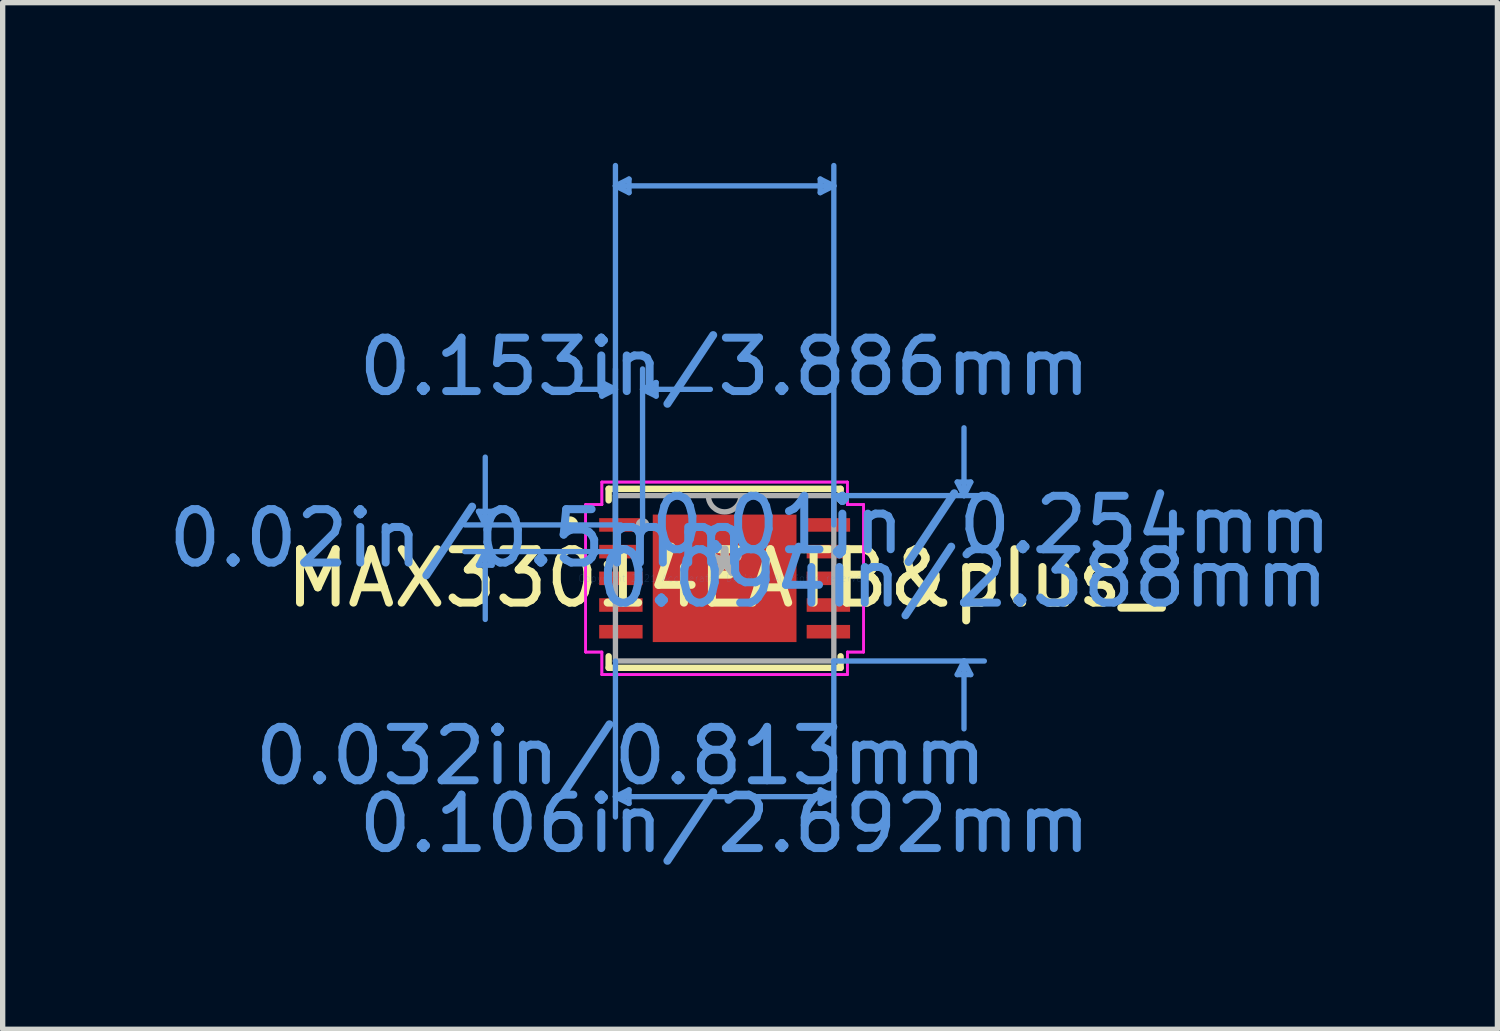
<source format=kicad_pcb>
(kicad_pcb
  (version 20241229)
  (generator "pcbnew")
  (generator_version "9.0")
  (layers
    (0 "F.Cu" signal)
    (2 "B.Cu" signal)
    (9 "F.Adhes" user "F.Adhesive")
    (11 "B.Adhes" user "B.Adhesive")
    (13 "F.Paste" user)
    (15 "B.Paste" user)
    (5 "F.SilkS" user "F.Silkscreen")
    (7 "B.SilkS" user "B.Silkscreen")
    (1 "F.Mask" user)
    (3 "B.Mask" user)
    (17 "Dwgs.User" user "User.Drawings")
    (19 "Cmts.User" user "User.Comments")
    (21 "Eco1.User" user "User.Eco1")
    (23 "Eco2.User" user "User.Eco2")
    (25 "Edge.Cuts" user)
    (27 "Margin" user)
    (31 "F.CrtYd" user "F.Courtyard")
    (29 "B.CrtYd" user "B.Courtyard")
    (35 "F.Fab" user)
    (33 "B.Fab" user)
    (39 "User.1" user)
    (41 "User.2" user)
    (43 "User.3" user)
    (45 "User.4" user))
  (footprint "MAX33014EATB&plus_"
    (layer "F.Cu")
    (at 10.521 7.781)
    (property "Reference" "MAX33014EATB&plus_" (at 0 0 0) (layer "F.SilkS") (effects (font (size 1 1) (thickness 0.15))))
    (attr through_hole)
    (fp_line (start -2.172 -1.676) (end -2.172 -1.46) (stroke (width 0.12) (type solid)) (layer "F.SilkS"))
    (fp_line (start -2.172 1.46) (end -2.172 1.676) (stroke (width 0.12) (type solid)) (layer "F.SilkS"))
    (fp_line (start -2.172 1.676) (end 2.172 1.676) (stroke (width 0.12) (type solid)) (layer "F.SilkS"))
    (fp_line (start 2.172 -1.676) (end -2.172 -1.676) (stroke (width 0.12) (type solid)) (layer "F.SilkS"))
    (fp_line (start 2.172 -1.46) (end 2.172 -1.676) (stroke (width 0.12) (type solid)) (layer "F.SilkS"))
    (fp_line (start 2.172 1.676) (end 2.172 1.46) (stroke (width 0.12) (type solid)) (layer "F.SilkS"))
    (fp_circle (center -2.9 -1) (end -2.799 -1) (stroke (width 0.12) (type solid)) (fill no) (layer "F.SilkS"))
    (fp_line (start -4.61 -1.254) (end -4.356 -1.254) (stroke (width 0.1) (type solid)) (layer "Cmts.User"))
    (fp_line (start -4.61 -0.246) (end -4.356 -0.246) (stroke (width 0.1) (type solid)) (layer "Cmts.User"))
    (fp_line (start -4.483 -1) (end -4.61 -1.254) (stroke (width 0.1) (type solid)) (layer "Cmts.User"))
    (fp_line (start -4.483 -1) (end -4.483 -2.27) (stroke (width 0.1) (type solid)) (layer "Cmts.User"))
    (fp_line (start -4.483 -1) (end -4.356 -1.254) (stroke (width 0.1) (type solid)) (layer "Cmts.User"))
    (fp_line (start -4.483 -0.5) (end -4.61 -0.246) (stroke (width 0.1) (type solid)) (layer "Cmts.User"))
    (fp_line (start -4.483 -0.5) (end -4.483 0.77) (stroke (width 0.1) (type solid)) (layer "Cmts.User"))
    (fp_line (start -4.483 -0.5) (end -4.356 -0.246) (stroke (width 0.1) (type solid)) (layer "Cmts.User"))
    (fp_line (start -2.299 -3.667) (end -2.299 -3.413) (stroke (width 0.1) (type solid)) (layer "Cmts.User"))
    (fp_line (start -2.045 -7.35) (end -1.791 -7.477) (stroke (width 0.1) (type solid)) (layer "Cmts.User"))
    (fp_line (start -2.045 -7.35) (end -1.791 -7.223) (stroke (width 0.1) (type solid)) (layer "Cmts.User"))
    (fp_line (start -2.045 -7.35) (end 2.045 -7.35) (stroke (width 0.1) (type solid)) (layer "Cmts.User"))
    (fp_line (start -2.045 -3.54) (end -3.315 -3.54) (stroke (width 0.1) (type solid)) (layer "Cmts.User"))
    (fp_line (start -2.045 -3.54) (end -2.299 -3.667) (stroke (width 0.1) (type solid)) (layer "Cmts.User"))
    (fp_line (start -2.045 -3.54) (end -2.299 -3.413) (stroke (width 0.1) (type solid)) (layer "Cmts.User"))
    (fp_line (start -2.045 -1) (end -2.045 -7.731) (stroke (width 0.1) (type solid)) (layer "Cmts.User"))
    (fp_line (start -2.045 -1) (end -2.045 -3.921) (stroke (width 0.1) (type solid)) (layer "Cmts.User"))
    (fp_line (start -2.045 1.549) (end -2.045 4.47) (stroke (width 0.1) (type solid)) (layer "Cmts.User"))
    (fp_line (start -2.045 4.089) (end -1.791 3.962) (stroke (width 0.1) (type solid)) (layer "Cmts.User"))
    (fp_line (start -2.045 4.089) (end -1.791 4.216) (stroke (width 0.1) (type solid)) (layer "Cmts.User"))
    (fp_line (start -2.045 4.089) (end 2.045 4.089) (stroke (width 0.1) (type solid)) (layer "Cmts.User"))
    (fp_line (start -1.943 -1) (end -4.864 -1) (stroke (width 0.1) (type solid)) (layer "Cmts.User"))
    (fp_line (start -1.943 -0.5) (end -4.864 -0.5) (stroke (width 0.1) (type solid)) (layer "Cmts.User"))
    (fp_line (start -1.791 -7.477) (end -1.791 -7.223) (stroke (width 0.1) (type solid)) (layer "Cmts.User"))
    (fp_line (start -1.791 3.962) (end -1.791 4.216) (stroke (width 0.1) (type solid)) (layer "Cmts.User"))
    (fp_line (start -1.537 -3.54) (end -1.283 -3.667) (stroke (width 0.1) (type solid)) (layer "Cmts.User"))
    (fp_line (start -1.537 -3.54) (end -1.283 -3.413) (stroke (width 0.1) (type solid)) (layer "Cmts.User"))
    (fp_line (start -1.537 -3.54) (end -0.267 -3.54) (stroke (width 0.1) (type solid)) (layer "Cmts.User"))
    (fp_line (start -1.537 -1) (end -1.537 -3.921) (stroke (width 0.1) (type solid)) (layer "Cmts.User"))
    (fp_line (start -1.283 -3.667) (end -1.283 -3.413) (stroke (width 0.1) (type solid)) (layer "Cmts.User"))
    (fp_line (start 1.791 -7.477) (end 1.791 -7.223) (stroke (width 0.1) (type solid)) (layer "Cmts.User"))
    (fp_line (start 1.791 3.962) (end 1.791 4.216) (stroke (width 0.1) (type solid)) (layer "Cmts.User"))
    (fp_line (start 2.045 -7.35) (end 1.791 -7.477) (stroke (width 0.1) (type solid)) (layer "Cmts.User"))
    (fp_line (start 2.045 -7.35) (end 1.791 -7.223) (stroke (width 0.1) (type solid)) (layer "Cmts.User"))
    (fp_line (start 2.045 -1.549) (end 4.864 -1.549) (stroke (width 0.1) (type solid)) (layer "Cmts.User"))
    (fp_line (start 2.045 -1) (end 2.045 -7.731) (stroke (width 0.1) (type solid)) (layer "Cmts.User"))
    (fp_line (start 2.045 1.549) (end 2.045 4.47) (stroke (width 0.1) (type solid)) (layer "Cmts.User"))
    (fp_line (start 2.045 1.549) (end 4.864 1.549) (stroke (width 0.1) (type solid)) (layer "Cmts.User"))
    (fp_line (start 2.045 4.089) (end 1.791 3.962) (stroke (width 0.1) (type solid)) (layer "Cmts.User"))
    (fp_line (start 2.045 4.089) (end 1.791 4.216) (stroke (width 0.1) (type solid)) (layer "Cmts.User"))
    (fp_line (start 4.356 -1.803) (end 4.61 -1.803) (stroke (width 0.1) (type solid)) (layer "Cmts.User"))
    (fp_line (start 4.356 1.803) (end 4.61 1.803) (stroke (width 0.1) (type solid)) (layer "Cmts.User"))
    (fp_line (start 4.483 -1.549) (end 4.356 -1.803) (stroke (width 0.1) (type solid)) (layer "Cmts.User"))
    (fp_line (start 4.483 -1.549) (end 4.483 -2.819) (stroke (width 0.1) (type solid)) (layer "Cmts.User"))
    (fp_line (start 4.483 -1.549) (end 4.61 -1.803) (stroke (width 0.1) (type solid)) (layer "Cmts.User"))
    (fp_line (start 4.483 1.549) (end 4.356 1.803) (stroke (width 0.1) (type solid)) (layer "Cmts.User"))
    (fp_line (start 4.483 1.549) (end 4.483 2.819) (stroke (width 0.1) (type solid)) (layer "Cmts.User"))
    (fp_line (start 4.483 1.549) (end 4.61 1.803) (stroke (width 0.1) (type solid)) (layer "Cmts.User"))
    (fp_line (start -2.603 -1.381) (end -2.299 -1.381) (stroke (width 0.05) (type solid)) (layer "F.CrtYd"))
    (fp_line (start -2.603 -1.381) (end -2.299 -1.381) (stroke (width 0.05) (type solid)) (layer "F.CrtYd"))
    (fp_line (start -2.603 1.381) (end -2.603 -1.381) (stroke (width 0.05) (type solid)) (layer "F.CrtYd"))
    (fp_line (start -2.603 1.381) (end -2.603 -1.381) (stroke (width 0.05) (type solid)) (layer "F.CrtYd"))
    (fp_line (start -2.603 1.381) (end -2.299 1.381) (stroke (width 0.05) (type solid)) (layer "F.CrtYd"))
    (fp_line (start -2.299 -1.803) (end 2.299 -1.803) (stroke (width 0.05) (type solid)) (layer "F.CrtYd"))
    (fp_line (start -2.299 -1.803) (end 2.299 -1.803) (stroke (width 0.05) (type solid)) (layer "F.CrtYd"))
    (fp_line (start -2.299 -1.381) (end -2.299 -1.803) (stroke (width 0.05) (type solid)) (layer "F.CrtYd"))
    (fp_line (start -2.299 -1.381) (end -2.299 -1.803) (stroke (width 0.05) (type solid)) (layer "F.CrtYd"))
    (fp_line (start -2.299 1.381) (end -2.603 1.381) (stroke (width 0.05) (type solid)) (layer "F.CrtYd"))
    (fp_line (start -2.299 1.803) (end -2.299 1.381) (stroke (width 0.05) (type solid)) (layer "F.CrtYd"))
    (fp_line (start -2.299 1.803) (end -2.299 1.381) (stroke (width 0.05) (type solid)) (layer "F.CrtYd"))
    (fp_line (start 2.299 -1.803) (end 2.299 -1.381) (stroke (width 0.05) (type solid)) (layer "F.CrtYd"))
    (fp_line (start 2.299 -1.803) (end 2.299 -1.381) (stroke (width 0.05) (type solid)) (layer "F.CrtYd"))
    (fp_line (start 2.299 -1.381) (end 2.603 -1.381) (stroke (width 0.05) (type solid)) (layer "F.CrtYd"))
    (fp_line (start 2.299 1.381) (end 2.299 1.803) (stroke (width 0.05) (type solid)) (layer "F.CrtYd"))
    (fp_line (start 2.299 1.381) (end 2.299 1.803) (stroke (width 0.05) (type solid)) (layer "F.CrtYd"))
    (fp_line (start 2.299 1.803) (end -2.299 1.803) (stroke (width 0.05) (type solid)) (layer "F.CrtYd"))
    (fp_line (start 2.299 1.803) (end -2.299 1.803) (stroke (width 0.05) (type solid)) (layer "F.CrtYd"))
    (fp_line (start 2.603 -1.381) (end 2.299 -1.381) (stroke (width 0.05) (type solid)) (layer "F.CrtYd"))
    (fp_line (start 2.603 -1.381) (end 2.603 1.381) (stroke (width 0.05) (type solid)) (layer "F.CrtYd"))
    (fp_line (start 2.603 -1.381) (end 2.603 1.381) (stroke (width 0.05) (type solid)) (layer "F.CrtYd"))
    (fp_line (start 2.603 1.381) (end 2.299 1.381) (stroke (width 0.05) (type solid)) (layer "F.CrtYd"))
    (fp_line (start 2.603 1.381) (end 2.299 1.381) (stroke (width 0.05) (type solid)) (layer "F.CrtYd"))
    (fp_line (start -2.045 -1.549) (end -2.045 1.549) (stroke (width 0.1) (type solid)) (layer "F.Fab"))
    (fp_line (start -2.045 1.549) (end 2.045 1.549) (stroke (width 0.1) (type solid)) (layer "F.Fab"))
    (fp_line (start 2.045 -1.549) (end -2.045 -1.549) (stroke (width 0.1) (type solid)) (layer "F.Fab"))
    (fp_line (start 2.045 1.549) (end 2.045 -1.549) (stroke (width 0.1) (type solid)) (layer "F.Fab"))
    (fp_arc (start 0.3048 -1.5494) (mid 0 -1.2446) (end -0.3048 -1.5494) (stroke (width 0.1) (type solid)) (layer "F.Fab"))
    (fp_circle (center -1.537 -1) (end -1.46 -1) (stroke (width 0.1) (type solid)) (fill no) (layer "F.Fab"))
    (fp_text user "*" (at 0 0 0) (layer "F.SilkS") (effects (font (size 1 1) (thickness 0.15))))
    (fp_text user "0.094in/2.388mm" (at 4.458 0 0) (layer "Cmts.User") (effects (font (size 1 1) (thickness 0.15))))
    (fp_text user "Copyright 2021 Accelerated Designs. All rights reserved." (at 0 0 0) (layer "Cmts.User") (effects (font (size 0.127 0.127) (thickness 0.002))))
    (fp_text user "0.02in/0.5mm" (at -4.991 -0.75 0) (layer "Cmts.User") (effects (font (size 1 1) (thickness 0.15))))
    (fp_text user "0.153in/3.886mm" (at 0 -3.962 0) (layer "Cmts.User") (effects (font (size 1 1) (thickness 0.15))))
    (fp_text user "0.01in/0.254mm" (at 4.991 -1 0) (layer "Cmts.User") (effects (font (size 1 1) (thickness 0.15))))
    (fp_text user "0.032in/0.813mm" (at -1.943 3.327 0) (layer "Cmts.User") (effects (font (size 1 1) (thickness 0.15))))
    (fp_text user "0.106in/2.692mm" (at 0 4.597 0) (layer "Cmts.User") (effects (font (size 1 1) (thickness 0.15))))
    (fp_text user "*" (at 0 0 0) (layer "F.Fab") (effects (font (size 1 1) (thickness 0.15))))
    (pad "1" smd rect (at -1.943 -1) (size 0.813 0.254) (layers "F.Cu" "F.Mask" "F.Paste"))
    (pad "2" smd rect (at -1.943 -0.5) (size 0.813 0.254) (layers "F.Cu" "F.Mask" "F.Paste"))
    (pad "3" smd rect (at -1.943 0) (size 0.813 0.254) (layers "F.Cu" "F.Mask" "F.Paste"))
    (pad "4" smd rect (at -1.943 0.5) (size 0.813 0.254) (layers "F.Cu" "F.Mask" "F.Paste"))
    (pad "5" smd rect (at -1.943 1) (size 0.813 0.254) (layers "F.Cu" "F.Mask" "F.Paste"))
    (pad "6" smd rect (at 1.943 1) (size 0.813 0.254) (layers "F.Cu" "F.Mask" "F.Paste"))
    (pad "7" smd rect (at 1.943 0.5) (size 0.813 0.254) (layers "F.Cu" "F.Mask" "F.Paste"))
    (pad "8" smd rect (at 1.943 0) (size 0.813 0.254) (layers "F.Cu" "F.Mask" "F.Paste"))
    (pad "9" smd rect (at 1.943 -0.5) (size 0.813 0.254) (layers "F.Cu" "F.Mask" "F.Paste"))
    (pad "10" smd rect (at 1.943 -1) (size 0.813 0.254) (layers "F.Cu" "F.Mask" "F.Paste"))
    (pad "11" smd rect (at 0 0) (size 2.692 2.388) (layers "F.Cu" "F.Mask" "F.Paste")))
  (gr_rect
    (start -3 -3)
    (end 24.994 16.227)
    (stroke (width 0.1) (type default))
    (fill no)
    (layer "Edge.Cuts")))
</source>
